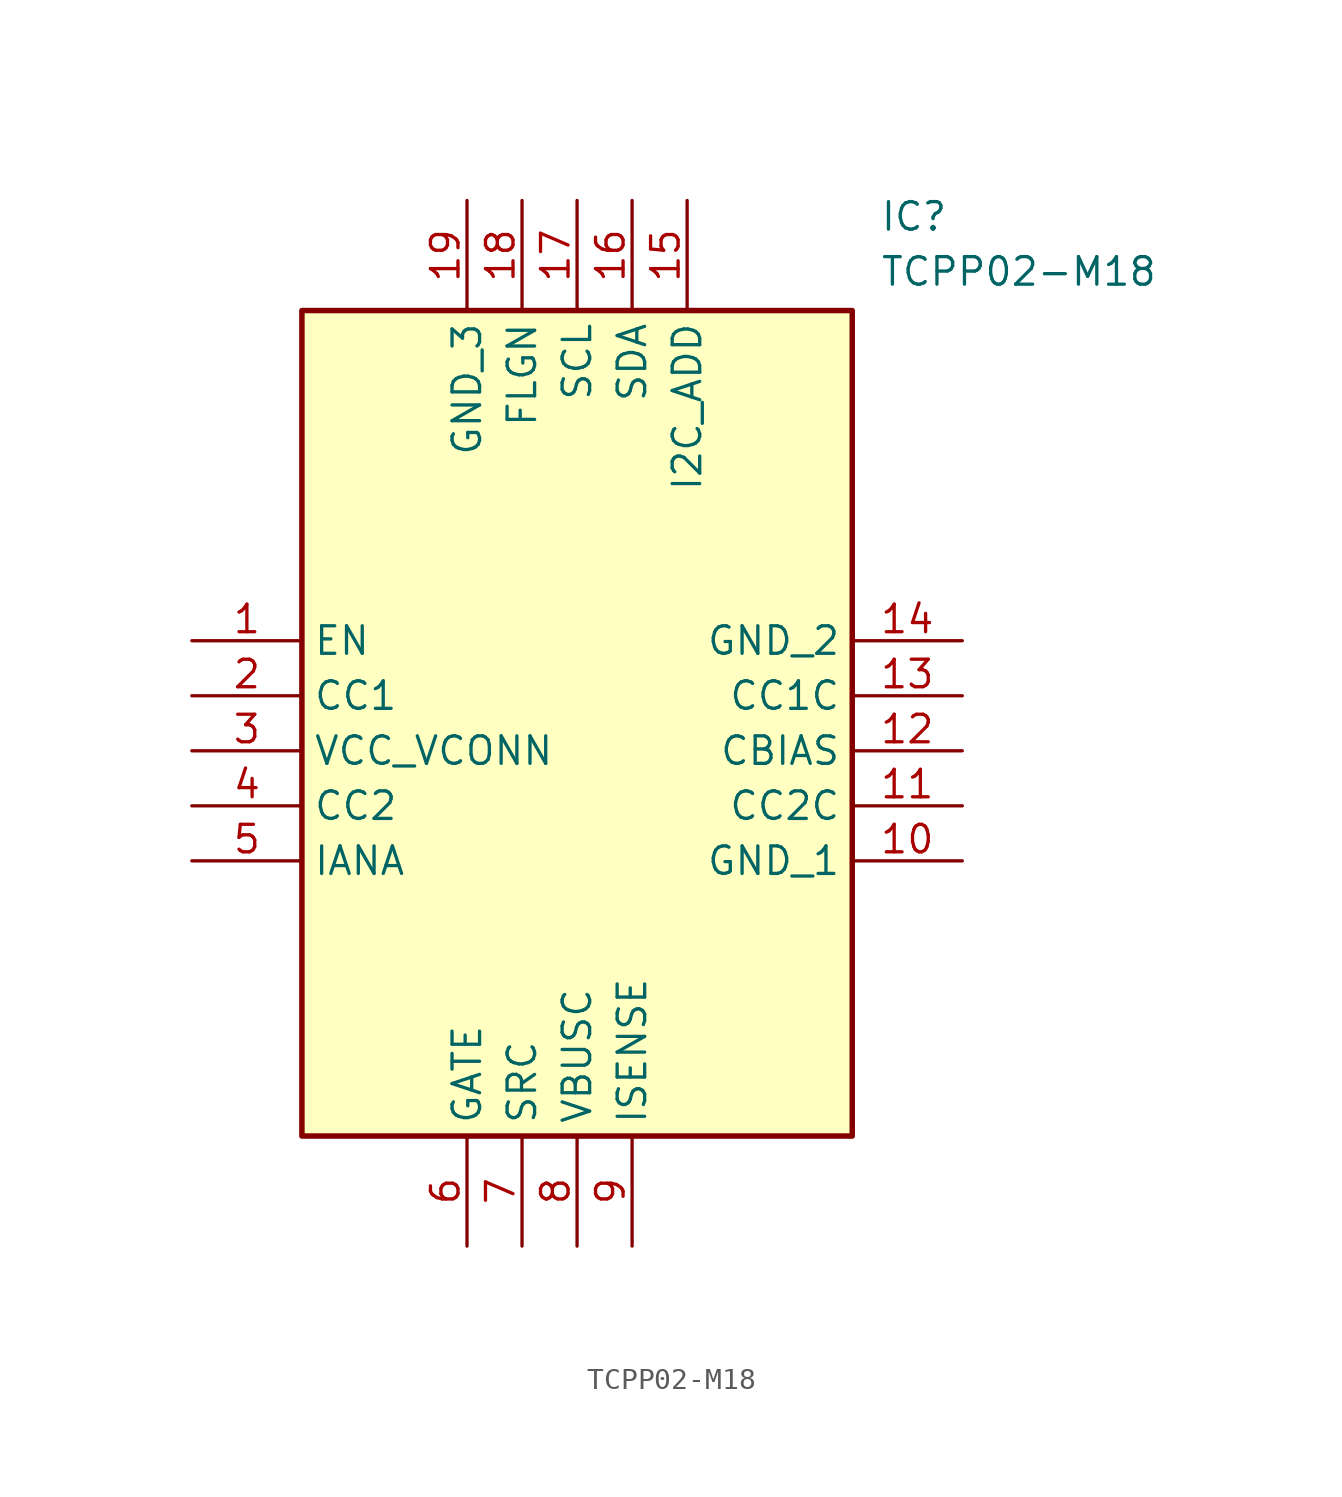
<source format=kicad_sym>
(kicad_symbol_lib
  (version 20211014)
  (generator SamacSys_ECAD_Model)
  (symbol "TCPP02-M18"
    (property "Reference" "IC"
      (at 31.75 20.32 0)
      (effects (font (size 1.27 1.27)) (justify left top)))
    (property "Value" "TCPP02-M18"
      (at 31.75 17.78 0)
      (effects (font (size 1.27 1.27)) (justify left top)))
    (rectangle
      (start 5.08 15.24)
      (end 30.48 -22.86)
      (stroke (width 0.254) (type default))
      (fill (type background)))
    (pin passive line
      (at 0 0 0)
      (length 5.08)
      (name "EN" (effects (font (size 1.27 1.27))))
      (number "1" (effects (font (size 1.27 1.27)))))
    (pin passive line
      (at 0 -2.54 0)
      (length 5.08)
      (name "CC1" (effects (font (size 1.27 1.27))))
      (number "2" (effects (font (size 1.27 1.27)))))
    (pin passive line
      (at 0 -5.08 0)
      (length 5.08)
      (name "VCC_VCONN" (effects (font (size 1.27 1.27))))
      (number "3" (effects (font (size 1.27 1.27)))))
    (pin passive line
      (at 0 -7.62 0)
      (length 5.08)
      (name "CC2" (effects (font (size 1.27 1.27))))
      (number "4" (effects (font (size 1.27 1.27)))))
    (pin passive line
      (at 0 -10.16 0)
      (length 5.08)
      (name "IANA" (effects (font (size 1.27 1.27))))
      (number "5" (effects (font (size 1.27 1.27)))))
    (pin passive line
      (at 12.7 -27.94 90)
      (length 5.08)
      (name "GATE" (effects (font (size 1.27 1.27))))
      (number "6" (effects (font (size 1.27 1.27)))))
    (pin passive line
      (at 15.24 -27.94 90)
      (length 5.08)
      (name "SRC" (effects (font (size 1.27 1.27))))
      (number "7" (effects (font (size 1.27 1.27)))))
    (pin passive line
      (at 17.78 -27.94 90)
      (length 5.08)
      (name "VBUSC" (effects (font (size 1.27 1.27))))
      (number "8" (effects (font (size 1.27 1.27)))))
    (pin passive line
      (at 20.32 -27.94 90)
      (length 5.08)
      (name "ISENSE" (effects (font (size 1.27 1.27))))
      (number "9" (effects (font (size 1.27 1.27)))))
    (pin passive line
      (at 35.56 0 180)
      (length 5.08)
      (name "GND_2" (effects (font (size 1.27 1.27))))
      (number "14" (effects (font (size 1.27 1.27)))))
    (pin passive line
      (at 35.56 -2.54 180)
      (length 5.08)
      (name "CC1C" (effects (font (size 1.27 1.27))))
      (number "13" (effects (font (size 1.27 1.27)))))
    (pin passive line
      (at 35.56 -5.08 180)
      (length 5.08)
      (name "CBIAS" (effects (font (size 1.27 1.27))))
      (number "12" (effects (font (size 1.27 1.27)))))
    (pin passive line
      (at 35.56 -7.62 180)
      (length 5.08)
      (name "CC2C" (effects (font (size 1.27 1.27))))
      (number "11" (effects (font (size 1.27 1.27)))))
    (pin passive line
      (at 35.56 -10.16 180)
      (length 5.08)
      (name "GND_1" (effects (font (size 1.27 1.27))))
      (number "10" (effects (font (size 1.27 1.27)))))
    (pin passive line
      (at 12.7 20.32 270)
      (length 5.08)
      (name "GND_3" (effects (font (size 1.27 1.27))))
      (number "19" (effects (font (size 1.27 1.27)))))
    (pin passive line
      (at 15.24 20.32 270)
      (length 5.08)
      (name "FLGN" (effects (font (size 1.27 1.27))))
      (number "18" (effects (font (size 1.27 1.27)))))
    (pin passive line
      (at 17.78 20.32 270)
      (length 5.08)
      (name "SCL" (effects (font (size 1.27 1.27))))
      (number "17" (effects (font (size 1.27 1.27)))))
    (pin passive line
      (at 20.32 20.32 270)
      (length 5.08)
      (name "SDA" (effects (font (size 1.27 1.27))))
      (number "16" (effects (font (size 1.27 1.27)))))
    (pin passive line
      (at 22.86 20.32 270)
      (length 5.08)
      (name "I2C_ADD" (effects (font (size 1.27 1.27))))
      (number "15" (effects (font (size 1.27 1.27)))))))
</source>
